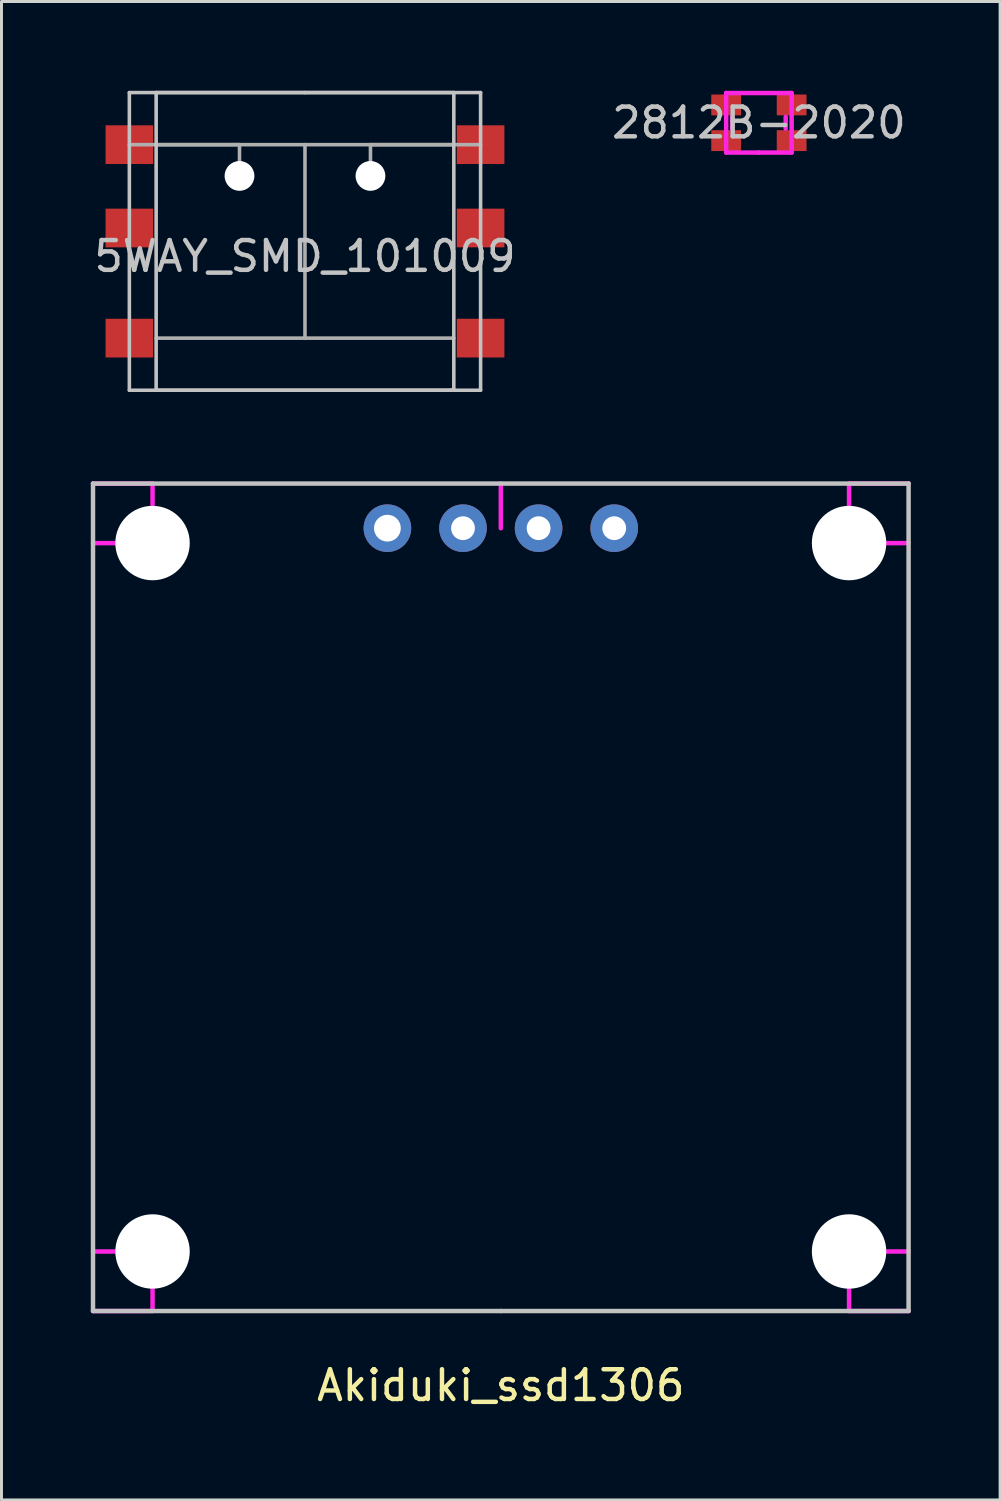
<source format=kicad_pcb>
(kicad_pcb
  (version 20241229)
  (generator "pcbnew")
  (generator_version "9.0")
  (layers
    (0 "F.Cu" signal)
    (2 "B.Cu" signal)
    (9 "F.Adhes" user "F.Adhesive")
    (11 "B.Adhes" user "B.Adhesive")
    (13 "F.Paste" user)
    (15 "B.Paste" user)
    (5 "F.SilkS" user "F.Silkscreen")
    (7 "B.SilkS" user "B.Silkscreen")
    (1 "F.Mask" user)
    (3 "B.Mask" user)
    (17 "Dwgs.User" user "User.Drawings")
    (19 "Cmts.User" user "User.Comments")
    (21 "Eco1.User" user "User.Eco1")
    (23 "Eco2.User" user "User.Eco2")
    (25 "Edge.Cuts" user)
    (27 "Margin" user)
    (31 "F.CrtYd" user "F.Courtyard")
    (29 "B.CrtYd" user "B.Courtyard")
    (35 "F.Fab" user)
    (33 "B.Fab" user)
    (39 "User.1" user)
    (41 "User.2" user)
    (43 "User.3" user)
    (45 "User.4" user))
  (footprint "Akiduki_ssd1306"
    (layer "F.Cu")
    (at 13.775 14.695)
    (property "Reference" "Akiduki_ssd1306" (at 0 28.8 0) (layer "F.SilkS") (effects (font (size 1 1) (thickness 0.15))))
    (attr through_hole)
    (fp_line (start -13.7 -1.5) (end 13.7 -1.5) (stroke (width 0.15) (type solid)) (layer "Dwgs.User"))
    (fp_line (start -13.7 26.3) (end -13.7 -1.5) (stroke (width 0.15) (type solid)) (layer "Dwgs.User"))
    (fp_line (start 0 26.3) (end -13.7 26.3) (stroke (width 0.15) (type solid)) (layer "Dwgs.User"))
    (fp_line (start 13.7 -1.5) (end 13.7 26.3) (stroke (width 0.15) (type solid)) (layer "Dwgs.User"))
    (fp_line (start 13.7 26.3) (end 0 26.3) (stroke (width 0.15) (type solid)) (layer "Dwgs.User"))
    (fp_line (start -13.7 -1.5) (end -11.7 -1.5) (stroke (width 0.15) (type solid)) (layer "F.CrtYd"))
    (fp_line (start -13.7 26.3) (end -11.7 26.3) (stroke (width 0.15) (type solid)) (layer "F.CrtYd"))
    (fp_line (start -11.7 -1.5) (end -11.7 0.5) (stroke (width 0.15) (type solid)) (layer "F.CrtYd"))
    (fp_line (start -11.7 0.5) (end -13.7 0.5) (stroke (width 0.15) (type solid)) (layer "F.CrtYd"))
    (fp_line (start -11.7 24.3) (end -13.7 24.3) (stroke (width 0.15) (type solid)) (layer "F.CrtYd"))
    (fp_line (start -11.7 26.3) (end -11.7 24.3) (stroke (width 0.15) (type solid)) (layer "F.CrtYd"))
    (fp_line (start 0 -1.5) (end 0 0) (stroke (width 0.15) (type solid)) (layer "F.CrtYd"))
    (fp_line (start 11.7 -1.5) (end 11.7 0.5) (stroke (width 0.15) (type solid)) (layer "F.CrtYd"))
    (fp_line (start 11.7 0.5) (end 13.7 0.5) (stroke (width 0.15) (type solid)) (layer "F.CrtYd"))
    (fp_line (start 11.7 24.3) (end 13.7 24.3) (stroke (width 0.15) (type solid)) (layer "F.CrtYd"))
    (fp_line (start 11.7 26.3) (end 11.7 24.3) (stroke (width 0.15) (type solid)) (layer "F.CrtYd"))
    (fp_line (start 13.7 -1.5) (end 11.7 -1.5) (stroke (width 0.15) (type solid)) (layer "F.CrtYd"))
    (fp_line (start 13.7 26.3) (end 11.7 26.3) (stroke (width 0.15) (type solid)) (layer "F.CrtYd"))
    (pad "" np_thru_hole circle (at -11.7 0.5) (size 2.5 2.5) (drill 2.5) (layers "*.Cu" "*.Mask"))
    (pad "" np_thru_hole circle (at -11.7 24.3) (size 2.5 2.5) (drill 2.5) (layers "*.Cu" "*.Mask"))
    (pad "" np_thru_hole circle (at 11.7 0.5) (size 2.5 2.5) (drill 2.5) (layers "*.Cu" "*.Mask"))
    (pad "" np_thru_hole circle (at 11.7 24.3) (size 2.5 2.5) (drill 2.5) (layers "*.Cu" "*.Mask"))
    (pad "1" thru_hole circle (at -3.81 0) (size 1.6 1.6) (drill 0.9) (layers "*.Cu" "*.Mask"))
    (pad "2" thru_hole circle (at -1.27 0) (size 1.6 1.6) (drill 0.8) (layers "*.Cu" "*.Mask"))
    (pad "3" thru_hole circle (at 1.27 0) (size 1.6 1.6) (drill 0.8) (layers "*.Cu" "*.Mask"))
    (pad "4" thru_hole circle (at 3.81 0) (size 1.6 1.6) (drill 0.8) (layers "*.Cu" "*.Mask")))
  (footprint "2812B-2020"
    (layer "F.Cu")
    (at 22.446 1.075)
    (property "Reference" "2812B-2020" (at 0 0 0) (layer "Dwgs.User") (effects (font (size 1 1) (thickness 0.15))))
    (attr through_hole)
    (fp_line (start -1.1 -1) (end 1.1 -1) (stroke (width 0.15) (type solid)) (layer "F.CrtYd"))
    (fp_line (start -1.1 1) (end -1.1 -1) (stroke (width 0.15) (type solid)) (layer "F.CrtYd"))
    (fp_line (start -0.9 -0.2) (end -0.9 0.2) (stroke (width 0.15) (type solid)) (layer "F.CrtYd"))
    (fp_line (start 0 1) (end -1.1 1) (stroke (width 0.15) (type solid)) (layer "F.CrtYd"))
    (fp_line (start 0.9 -0.2) (end 0.9 0.2) (stroke (width 0.15) (type solid)) (layer "F.CrtYd"))
    (fp_line (start 1.1 -1) (end 1.1 1) (stroke (width 0.15) (type solid)) (layer "F.CrtYd"))
    (fp_line (start 1.1 1) (end 0 1) (stroke (width 0.15) (type solid)) (layer "F.CrtYd"))
    (pad "1" smd rect (at 1.1 0.6) (size 1 0.7) (layers "F.Cu" "F.Mask" "F.Paste"))
    (pad "2" smd rect (at 1.1 -0.6) (size 1 0.7) (layers "F.Cu" "F.Mask" "F.Paste"))
    (pad "3" smd rect (at -1.1 -0.6) (size 1 0.7) (layers "F.Cu" "F.Mask" "F.Paste"))
    (pad "4" smd rect (at -1.1 0.6) (size 1 0.7) (layers "F.Cu" "F.Mask" "F.Paste")))
  (footprint "5WAY_SMD_101009"
    (layer "F.Cu")
    (at 7.196 5.06)
    (property "Reference" "5WAY_SMD_101009" (at 0 0.5 0) (layer "Dwgs.User") (effects (font (size 1 1) (thickness 0.15))))
    (attr through_hole)
    (fp_line (start -5.9 5) (end -5.9 -5) (stroke (width 0.12) (type solid)) (layer "Dwgs.User"))
    (fp_line (start -5 -5) (end -5 5) (stroke (width 0.12) (type solid)) (layer "Dwgs.User"))
    (fp_line (start -5 5) (end 5 5) (stroke (width 0.12) (type solid)) (layer "Dwgs.User"))
    (fp_line (start 0 -5) (end -5.9 -5) (stroke (width 0.12) (type solid)) (layer "Dwgs.User"))
    (fp_line (start 0 -5) (end 5.9 -5) (stroke (width 0.12) (type solid)) (layer "Dwgs.User"))
    (fp_line (start 4.9 5) (end -5.9 5) (stroke (width 0.12) (type solid)) (layer "Dwgs.User"))
    (fp_line (start 5 -5) (end -5 -5) (stroke (width 0.12) (type solid)) (layer "Dwgs.User"))
    (fp_line (start 5 5) (end 5 -5) (stroke (width 0.12) (type solid)) (layer "Dwgs.User"))
    (fp_line (start 5.9 -5) (end 5.9 5) (stroke (width 0.12) (type solid)) (layer "Dwgs.User"))
    (fp_line (start 5.9 5) (end 4.9 5) (stroke (width 0.12) (type solid)) (layer "Dwgs.User"))
    (fp_line (start -5.9 -3.25) (end -2.2 -3.25) (stroke (width 0.12) (type solid)) (layer "F.Fab"))
    (fp_line (start -2.2 -3.25) (end -2.2 -2.2) (stroke (width 0.12) (type solid)) (layer "F.Fab"))
    (fp_line (start 0 -3.25) (end -5 -3.25) (stroke (width 0.12) (type solid)) (layer "F.Fab"))
    (fp_line (start 0 -3.25) (end 5 -3.25) (stroke (width 0.12) (type solid)) (layer "F.Fab"))
    (fp_line (start 0 0) (end 0 -3.25) (stroke (width 0.12) (type solid)) (layer "F.Fab"))
    (fp_line (start 0 0) (end 0 3.25) (stroke (width 0.12) (type solid)) (layer "F.Fab"))
    (fp_line (start 0 3.25) (end -5 3.25) (stroke (width 0.12) (type solid)) (layer "F.Fab"))
    (fp_line (start 0 3.25) (end 5 3.25) (stroke (width 0.12) (type solid)) (layer "F.Fab"))
    (fp_line (start 2.2 -3.25) (end 2.2 -2.2) (stroke (width 0.12) (type solid)) (layer "F.Fab"))
    (fp_line (start 5.9 -3.25) (end 2.2 -3.25) (stroke (width 0.12) (type solid)) (layer "F.Fab"))
    (pad "" np_thru_hole circle (at -2.2 -2.2) (size 1 1) (drill 1) (layers "*.Cu" "*.Mask"))
    (pad "" np_thru_hole circle (at 2.2 -2.2) (size 1 1) (drill 1) (layers "*.Cu" "*.Mask"))
    (pad "1" smd rect (at -5.9 -3.25) (size 1.6 1.3) (layers "F.Cu" "F.Mask" "F.Paste"))
    (pad "2" smd rect (at -5.9 -0.45) (size 1.6 1.3) (layers "F.Cu" "F.Mask" "F.Paste"))
    (pad "3" smd rect (at -5.9 3.25) (size 1.6 1.3) (layers "F.Cu" "F.Mask" "F.Paste"))
    (pad "4" smd rect (at 5.9 3.25) (size 1.6 1.3) (layers "F.Cu" "F.Mask" "F.Paste"))
    (pad "5" smd rect (at 5.9 -0.45) (size 1.6 1.3) (layers "F.Cu" "F.Mask" "F.Paste"))
    (pad "6" smd rect (at 5.9 -3.25) (size 1.6 1.3) (layers "F.Cu" "F.Mask" "F.Paste")))
  (gr_rect
    (start -3 -3)
    (end 30.55 47.343)
    (stroke (width 0.1) (type default))
    (fill no)
    (layer "Edge.Cuts")))
</source>
